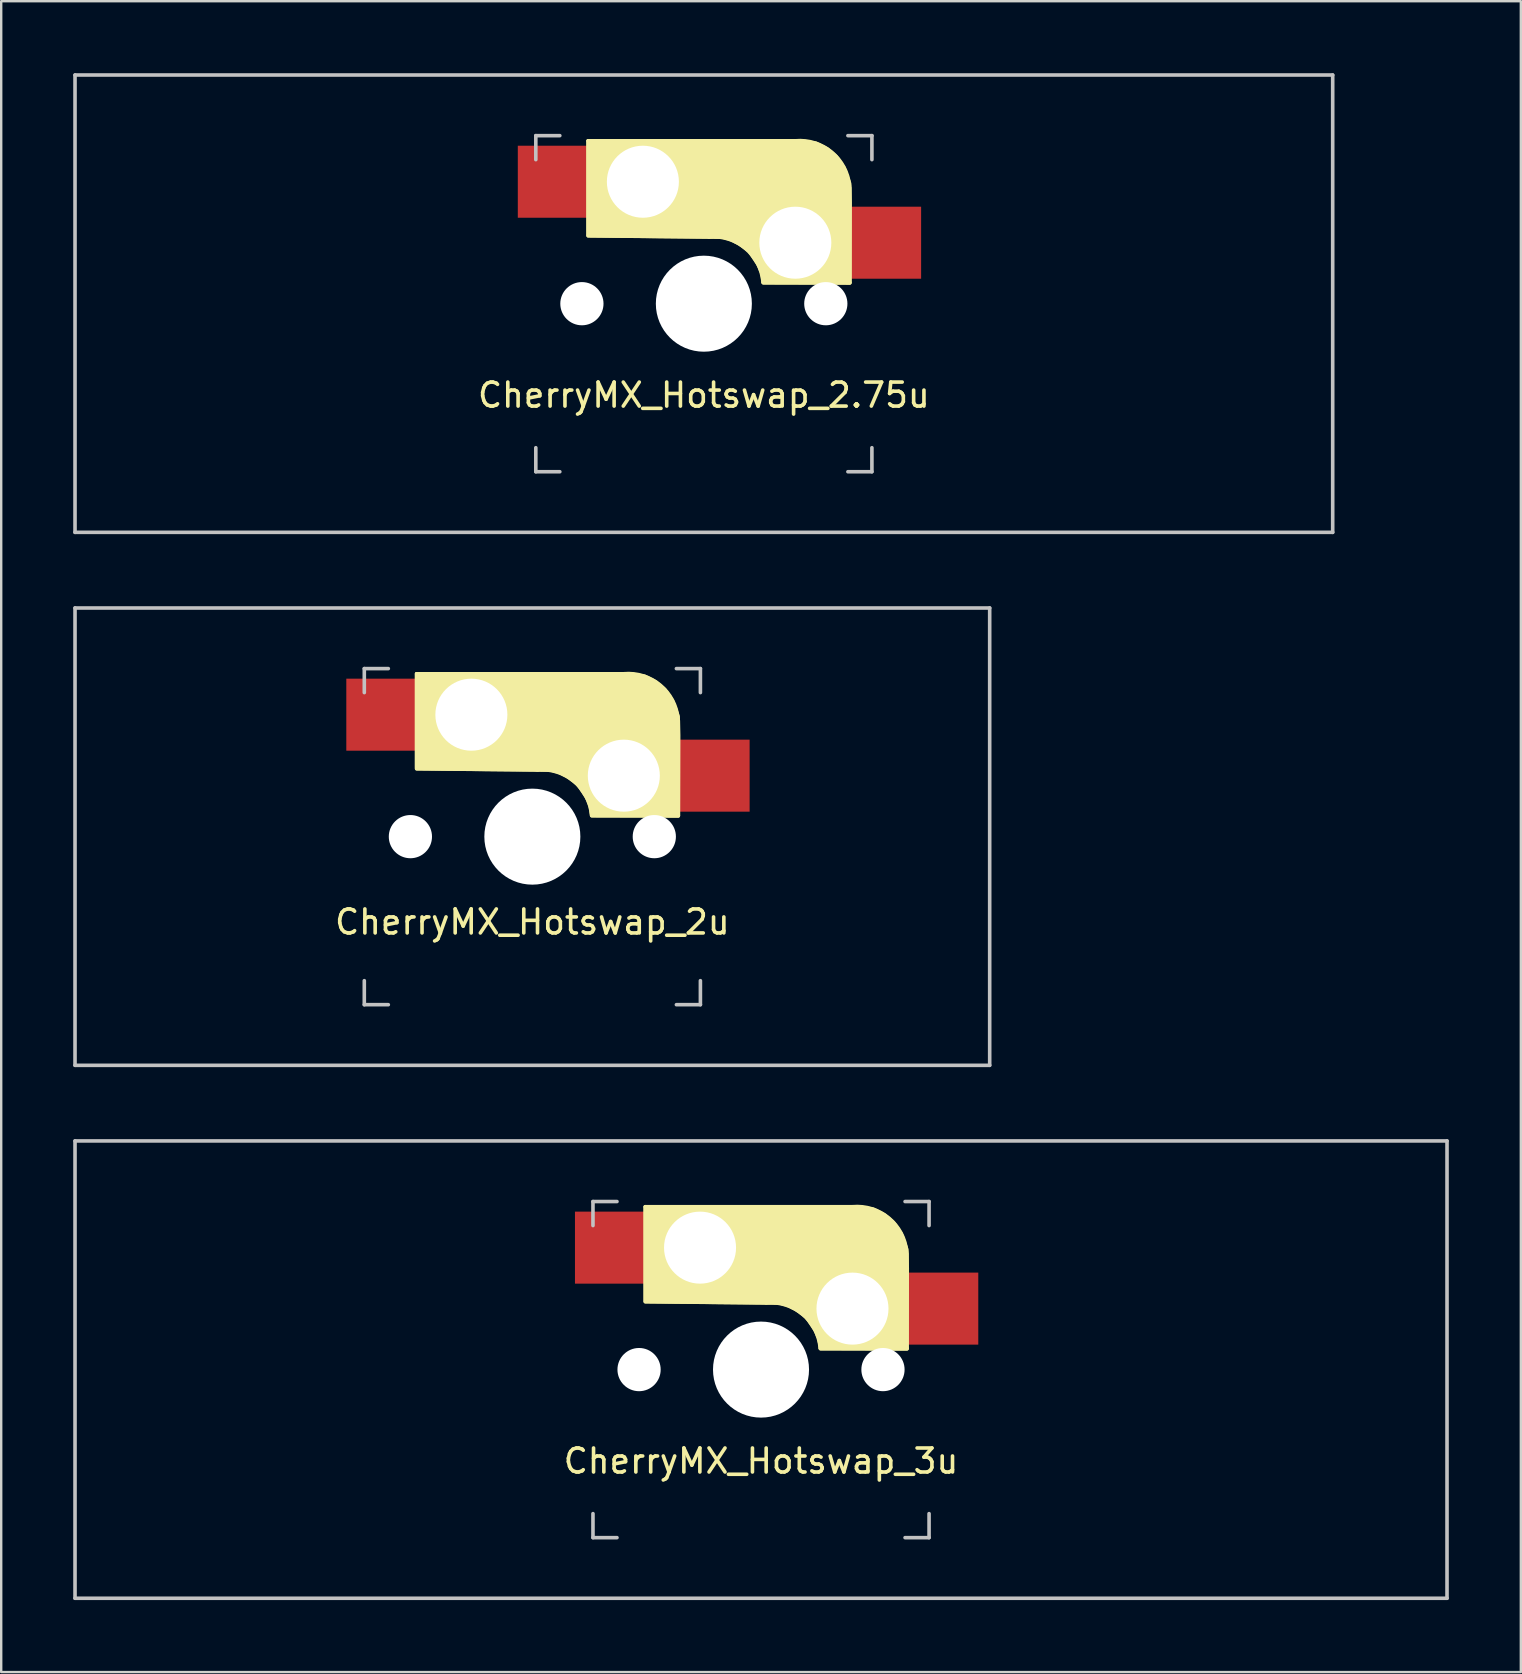
<source format=kicad_pcb>
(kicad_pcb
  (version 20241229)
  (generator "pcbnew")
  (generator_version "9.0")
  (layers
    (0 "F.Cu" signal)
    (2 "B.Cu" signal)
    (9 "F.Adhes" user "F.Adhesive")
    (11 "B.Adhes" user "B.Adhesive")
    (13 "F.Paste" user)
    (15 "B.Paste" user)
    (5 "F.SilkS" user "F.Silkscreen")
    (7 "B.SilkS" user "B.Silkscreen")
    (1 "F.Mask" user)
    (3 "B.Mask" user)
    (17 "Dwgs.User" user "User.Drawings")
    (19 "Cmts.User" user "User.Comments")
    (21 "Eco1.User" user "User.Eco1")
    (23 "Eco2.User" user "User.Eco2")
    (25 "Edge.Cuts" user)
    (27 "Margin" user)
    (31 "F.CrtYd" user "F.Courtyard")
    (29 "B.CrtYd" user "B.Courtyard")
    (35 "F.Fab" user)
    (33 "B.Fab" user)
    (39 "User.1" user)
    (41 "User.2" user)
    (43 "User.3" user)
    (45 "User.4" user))
  (footprint "CherryMX_Hotswap_2u"
    (layer "F.Cu")
    (at 19.125 31.8)
    (property "Reference" "CherryMX_Hotswap_2u" (at 0 3.556 0) (layer "F.SilkS") (effects (font (size 1 1) (thickness 0.15))))
    (attr smd)
    (fp_line (start -4.82 -6.784) (end -4.82 -2.876) (stroke (width 0.15) (type solid)) (layer "F.SilkS"))
    (fp_line (start 0.23 -2.784) (end -4.82 -2.83) (stroke (width 0.15) (type solid)) (layer "F.SilkS"))
    (fp_line (start 2.47 -0.876) (end 6.08 -0.876) (stroke (width 0.15) (type solid)) (layer "F.SilkS"))
    (fp_line (start 3.805 -6.784) (end -4.82 -6.784) (stroke (width 0.15) (type solid)) (layer "F.SilkS"))
    (fp_line (start 6.08 -0.885) (end 6.08 -4.83) (stroke (width 0.15) (type solid)) (layer "F.SilkS"))
    (fp_arc (start 0.205 -2.78) (mid 1.724361 -2.308061) (end 2.465 -0.9) (stroke (width 0.15) (type solid)) (layer "F.SilkS"))
    (fp_arc (start 3.805 -6.784) (mid 5.327189 -6.31089) (end 6.069 -4.9) (stroke (width 0.15) (type solid)) (layer "F.SilkS"))
    (fp_poly (pts (xy 6.08 -0.86) (xy 2.48 -0.87) (xy 2.42 -1.27) (xy 2.27 -1.62) (xy 1.89 -2.19) (xy 1.48 -2.49) (xy 1.12 -2.68) (xy 0.78 -2.77) (xy -4.82 -2.83) (xy -4.82 -6.78) (xy 4 -6.78) (xy 4.68 -6.68) (xy 5.13 -6.45) (xy 5.52 -6.12) (xy 5.84 -5.65) (xy 6.07 -5.01) (xy 6.09 -4.22)) (stroke (width 0.15) (type solid)) (fill yes) (layer "F.SilkS"))
    (fp_line (start -19.05 -9.525) (end -19.05 9.525) (stroke (width 0.15) (type solid)) (layer "Dwgs.User"))
    (fp_line (start -19.05 9.525) (end 19.05 9.525) (stroke (width 0.15) (type solid)) (layer "Dwgs.User"))
    (fp_line (start -7 -7) (end -6 -7) (stroke (width 0.15) (type solid)) (layer "Dwgs.User"))
    (fp_line (start -7 -6) (end -7 -7) (stroke (width 0.15) (type solid)) (layer "Dwgs.User"))
    (fp_line (start -7 7) (end -7 6) (stroke (width 0.15) (type solid)) (layer "Dwgs.User"))
    (fp_line (start -6 7) (end -7 7) (stroke (width 0.15) (type solid)) (layer "Dwgs.User"))
    (fp_line (start 6 -7) (end 7 -7) (stroke (width 0.15) (type solid)) (layer "Dwgs.User"))
    (fp_line (start 7 -7) (end 7 -6) (stroke (width 0.15) (type solid)) (layer "Dwgs.User"))
    (fp_line (start 7 6) (end 7 7) (stroke (width 0.15) (type solid)) (layer "Dwgs.User"))
    (fp_line (start 7 7) (end 6 7) (stroke (width 0.15) (type solid)) (layer "Dwgs.User"))
    (fp_line (start 19.05 -9.525) (end -19.05 -9.525) (stroke (width 0.15) (type solid)) (layer "Dwgs.User"))
    (fp_line (start 19.05 9.525) (end 19.05 -9.525) (stroke (width 0.15) (type solid)) (layer "Dwgs.User"))
    (pad "" np_thru_hole circle (at -5.08 0) (size 1.8 1.8) (drill 1.8) (layers "*.Cu" "*.Mask"))
    (pad "" np_thru_hole circle (at -2.54 -5.08 180) (size 3 3) (drill 3) (layers "*.Cu" "*.Mask"))
    (pad "" np_thru_hole circle (at 0 0 270) (size 4 4) (drill 4) (layers "*.Cu" "*.Mask"))
    (pad "" np_thru_hole circle (at 3.81 -2.54 180) (size 3 3) (drill 3) (layers "*.Cu" "*.Mask"))
    (pad "" np_thru_hole circle (at 5.08 0) (size 1.8 1.8) (drill 1.8) (layers "*.Cu" "*.Mask"))
    (pad "1" smd rect (at 6.9 -2.54 180) (size 3.3 3) (drill (offset -0.5 0)) (layers "F.Cu" "F.Mask" "F.Paste"))
    (pad "2" smd rect (at -5.6 -5.08 180) (size 3.3 3) (drill (offset 0.5 0)) (layers "F.Cu" "F.Mask" "F.Paste")))
  (footprint "CherryMX_Hotswap_2.75u"
    (layer "F.Cu")
    (at 26.269 9.6)
    (property "Reference" "CherryMX_Hotswap_2.75u" (at 0 3.81 0) (layer "F.SilkS") (effects (font (size 1 1) (thickness 0.15))))
    (attr smd)
    (fp_line (start -4.82 -6.784) (end -4.82 -2.876) (stroke (width 0.15) (type solid)) (layer "F.SilkS"))
    (fp_line (start 0.23 -2.784) (end -4.82 -2.83) (stroke (width 0.15) (type solid)) (layer "F.SilkS"))
    (fp_line (start 2.47 -0.876) (end 6.08 -0.876) (stroke (width 0.15) (type solid)) (layer "F.SilkS"))
    (fp_line (start 3.805 -6.784) (end -4.82 -6.784) (stroke (width 0.15) (type solid)) (layer "F.SilkS"))
    (fp_line (start 6.08 -0.885) (end 6.08 -4.83) (stroke (width 0.15) (type solid)) (layer "F.SilkS"))
    (fp_arc (start 0.205 -2.78) (mid 1.724361 -2.308061) (end 2.465 -0.9) (stroke (width 0.15) (type solid)) (layer "F.SilkS"))
    (fp_arc (start 3.805 -6.784) (mid 5.327189 -6.31089) (end 6.069 -4.9) (stroke (width 0.15) (type solid)) (layer "F.SilkS"))
    (fp_poly (pts (xy 6.08 -0.86) (xy 2.48 -0.87) (xy 2.42 -1.27) (xy 2.27 -1.62) (xy 1.89 -2.19) (xy 1.48 -2.49) (xy 1.12 -2.68) (xy 0.78 -2.77) (xy -4.82 -2.83) (xy -4.82 -6.78) (xy 4 -6.78) (xy 4.68 -6.68) (xy 5.13 -6.45) (xy 5.52 -6.12) (xy 5.84 -5.65) (xy 6.07 -5.01) (xy 6.09 -4.22)) (stroke (width 0.15) (type solid)) (fill yes) (layer "F.SilkS"))
    (fp_line (start -26.194 -9.525) (end -26.194 9.525) (stroke (width 0.15) (type solid)) (layer "Dwgs.User"))
    (fp_line (start -26.194 9.525) (end 26.194 9.525) (stroke (width 0.15) (type solid)) (layer "Dwgs.User"))
    (fp_line (start -7 -7) (end -6 -7) (stroke (width 0.15) (type solid)) (layer "Dwgs.User"))
    (fp_line (start -7 -6) (end -7 -7) (stroke (width 0.15) (type solid)) (layer "Dwgs.User"))
    (fp_line (start -7 7) (end -7 6) (stroke (width 0.15) (type solid)) (layer "Dwgs.User"))
    (fp_line (start -6 7) (end -7 7) (stroke (width 0.15) (type solid)) (layer "Dwgs.User"))
    (fp_line (start 6 -7) (end 7 -7) (stroke (width 0.15) (type solid)) (layer "Dwgs.User"))
    (fp_line (start 7 -7) (end 7 -6) (stroke (width 0.15) (type solid)) (layer "Dwgs.User"))
    (fp_line (start 7 6) (end 7 7) (stroke (width 0.15) (type solid)) (layer "Dwgs.User"))
    (fp_line (start 7 7) (end 6 7) (stroke (width 0.15) (type solid)) (layer "Dwgs.User"))
    (fp_line (start 26.194 -9.525) (end -26.194 -9.525) (stroke (width 0.15) (type solid)) (layer "Dwgs.User"))
    (fp_line (start 26.194 9.525) (end 26.194 -9.525) (stroke (width 0.15) (type solid)) (layer "Dwgs.User"))
    (pad "" np_thru_hole circle (at -5.08 0) (size 1.8 1.8) (drill 1.8) (layers "*.Cu" "*.Mask"))
    (pad "" np_thru_hole circle (at -2.54 -5.08 180) (size 3 3) (drill 3) (layers "*.Cu" "*.Mask"))
    (pad "" np_thru_hole circle (at 0 0 270) (size 4 4) (drill 4) (layers "*.Cu" "*.Mask"))
    (pad "" np_thru_hole circle (at 3.81 -2.54 180) (size 3 3) (drill 3) (layers "*.Cu" "*.Mask"))
    (pad "" np_thru_hole circle (at 5.08 0) (size 1.8 1.8) (drill 1.8) (layers "*.Cu" "*.Mask"))
    (pad "1" smd rect (at 6.9 -2.54 180) (size 3.3 3) (drill (offset -0.5 0)) (layers "F.Cu" "F.Mask" "F.Paste"))
    (pad "2" smd rect (at -5.6 -5.08 180) (size 3.3 3) (drill (offset 0.5 0)) (layers "F.Cu" "F.Mask" "F.Paste")))
  (footprint "CherryMX_Hotswap_3u"
    (layer "F.Cu")
    (at 28.65 54)
    (property "Reference" "CherryMX_Hotswap_3u" (at 0 3.81 0) (layer "F.SilkS") (effects (font (size 1 1) (thickness 0.15))))
    (attr smd)
    (fp_line (start -4.82 -6.784) (end -4.82 -2.876) (stroke (width 0.15) (type solid)) (layer "F.SilkS"))
    (fp_line (start 0.23 -2.784) (end -4.82 -2.83) (stroke (width 0.15) (type solid)) (layer "F.SilkS"))
    (fp_line (start 2.47 -0.876) (end 6.08 -0.876) (stroke (width 0.15) (type solid)) (layer "F.SilkS"))
    (fp_line (start 3.805 -6.784) (end -4.82 -6.784) (stroke (width 0.15) (type solid)) (layer "F.SilkS"))
    (fp_line (start 6.08 -0.885) (end 6.08 -4.83) (stroke (width 0.15) (type solid)) (layer "F.SilkS"))
    (fp_arc (start 0.205 -2.78) (mid 1.724361 -2.308061) (end 2.465 -0.9) (stroke (width 0.15) (type solid)) (layer "F.SilkS"))
    (fp_arc (start 3.805 -6.784) (mid 5.327189 -6.31089) (end 6.069 -4.9) (stroke (width 0.15) (type solid)) (layer "F.SilkS"))
    (fp_poly (pts (xy 6.08 -0.86) (xy 2.48 -0.87) (xy 2.42 -1.27) (xy 2.27 -1.62) (xy 1.89 -2.19) (xy 1.48 -2.49) (xy 1.12 -2.68) (xy 0.78 -2.77) (xy -4.82 -2.83) (xy -4.82 -6.78) (xy 4 -6.78) (xy 4.68 -6.68) (xy 5.13 -6.45) (xy 5.52 -6.12) (xy 5.84 -5.65) (xy 6.07 -5.01) (xy 6.09 -4.22)) (stroke (width 0.15) (type solid)) (fill yes) (layer "F.SilkS"))
    (fp_line (start -28.575 -9.525) (end -28.575 9.525) (stroke (width 0.15) (type solid)) (layer "Dwgs.User"))
    (fp_line (start -28.575 9.525) (end 28.575 9.525) (stroke (width 0.15) (type solid)) (layer "Dwgs.User"))
    (fp_line (start -7 -7) (end -6 -7) (stroke (width 0.15) (type solid)) (layer "Dwgs.User"))
    (fp_line (start -7 -6) (end -7 -7) (stroke (width 0.15) (type solid)) (layer "Dwgs.User"))
    (fp_line (start -7 7) (end -7 6) (stroke (width 0.15) (type solid)) (layer "Dwgs.User"))
    (fp_line (start -6 7) (end -7 7) (stroke (width 0.15) (type solid)) (layer "Dwgs.User"))
    (fp_line (start 6 -7) (end 7 -7) (stroke (width 0.15) (type solid)) (layer "Dwgs.User"))
    (fp_line (start 7 -7) (end 7 -6) (stroke (width 0.15) (type solid)) (layer "Dwgs.User"))
    (fp_line (start 7 6) (end 7 7) (stroke (width 0.15) (type solid)) (layer "Dwgs.User"))
    (fp_line (start 7 7) (end 6 7) (stroke (width 0.15) (type solid)) (layer "Dwgs.User"))
    (fp_line (start 28.575 -9.525) (end -28.575 -9.525) (stroke (width 0.15) (type solid)) (layer "Dwgs.User"))
    (fp_line (start 28.575 9.525) (end 28.575 -9.525) (stroke (width 0.15) (type solid)) (layer "Dwgs.User"))
    (pad "" np_thru_hole circle (at -5.08 0) (size 1.8 1.8) (drill 1.8) (layers "*.Cu" "*.Mask"))
    (pad "" np_thru_hole circle (at -2.54 -5.08 180) (size 3 3) (drill 3) (layers "*.Cu" "*.Mask"))
    (pad "" np_thru_hole circle (at 0 0 270) (size 4 4) (drill 4) (layers "*.Cu" "*.Mask"))
    (pad "" np_thru_hole circle (at 3.81 -2.54 180) (size 3 3) (drill 3) (layers "*.Cu" "*.Mask"))
    (pad "" np_thru_hole circle (at 5.08 0) (size 1.8 1.8) (drill 1.8) (layers "*.Cu" "*.Mask"))
    (pad "1" smd rect (at 6.9 -2.54 180) (size 3.3 3) (drill (offset -0.5 0)) (layers "F.Cu" "F.Mask" "F.Paste"))
    (pad "2" smd rect (at -5.6 -5.08 180) (size 3.3 3) (drill (offset 0.5 0)) (layers "F.Cu" "F.Mask" "F.Paste")))
  (gr_rect
    (start -3 -3)
    (end 60.3 66.6)
    (stroke (width 0.1) (type default))
    (fill no)
    (layer "Edge.Cuts")))
</source>
